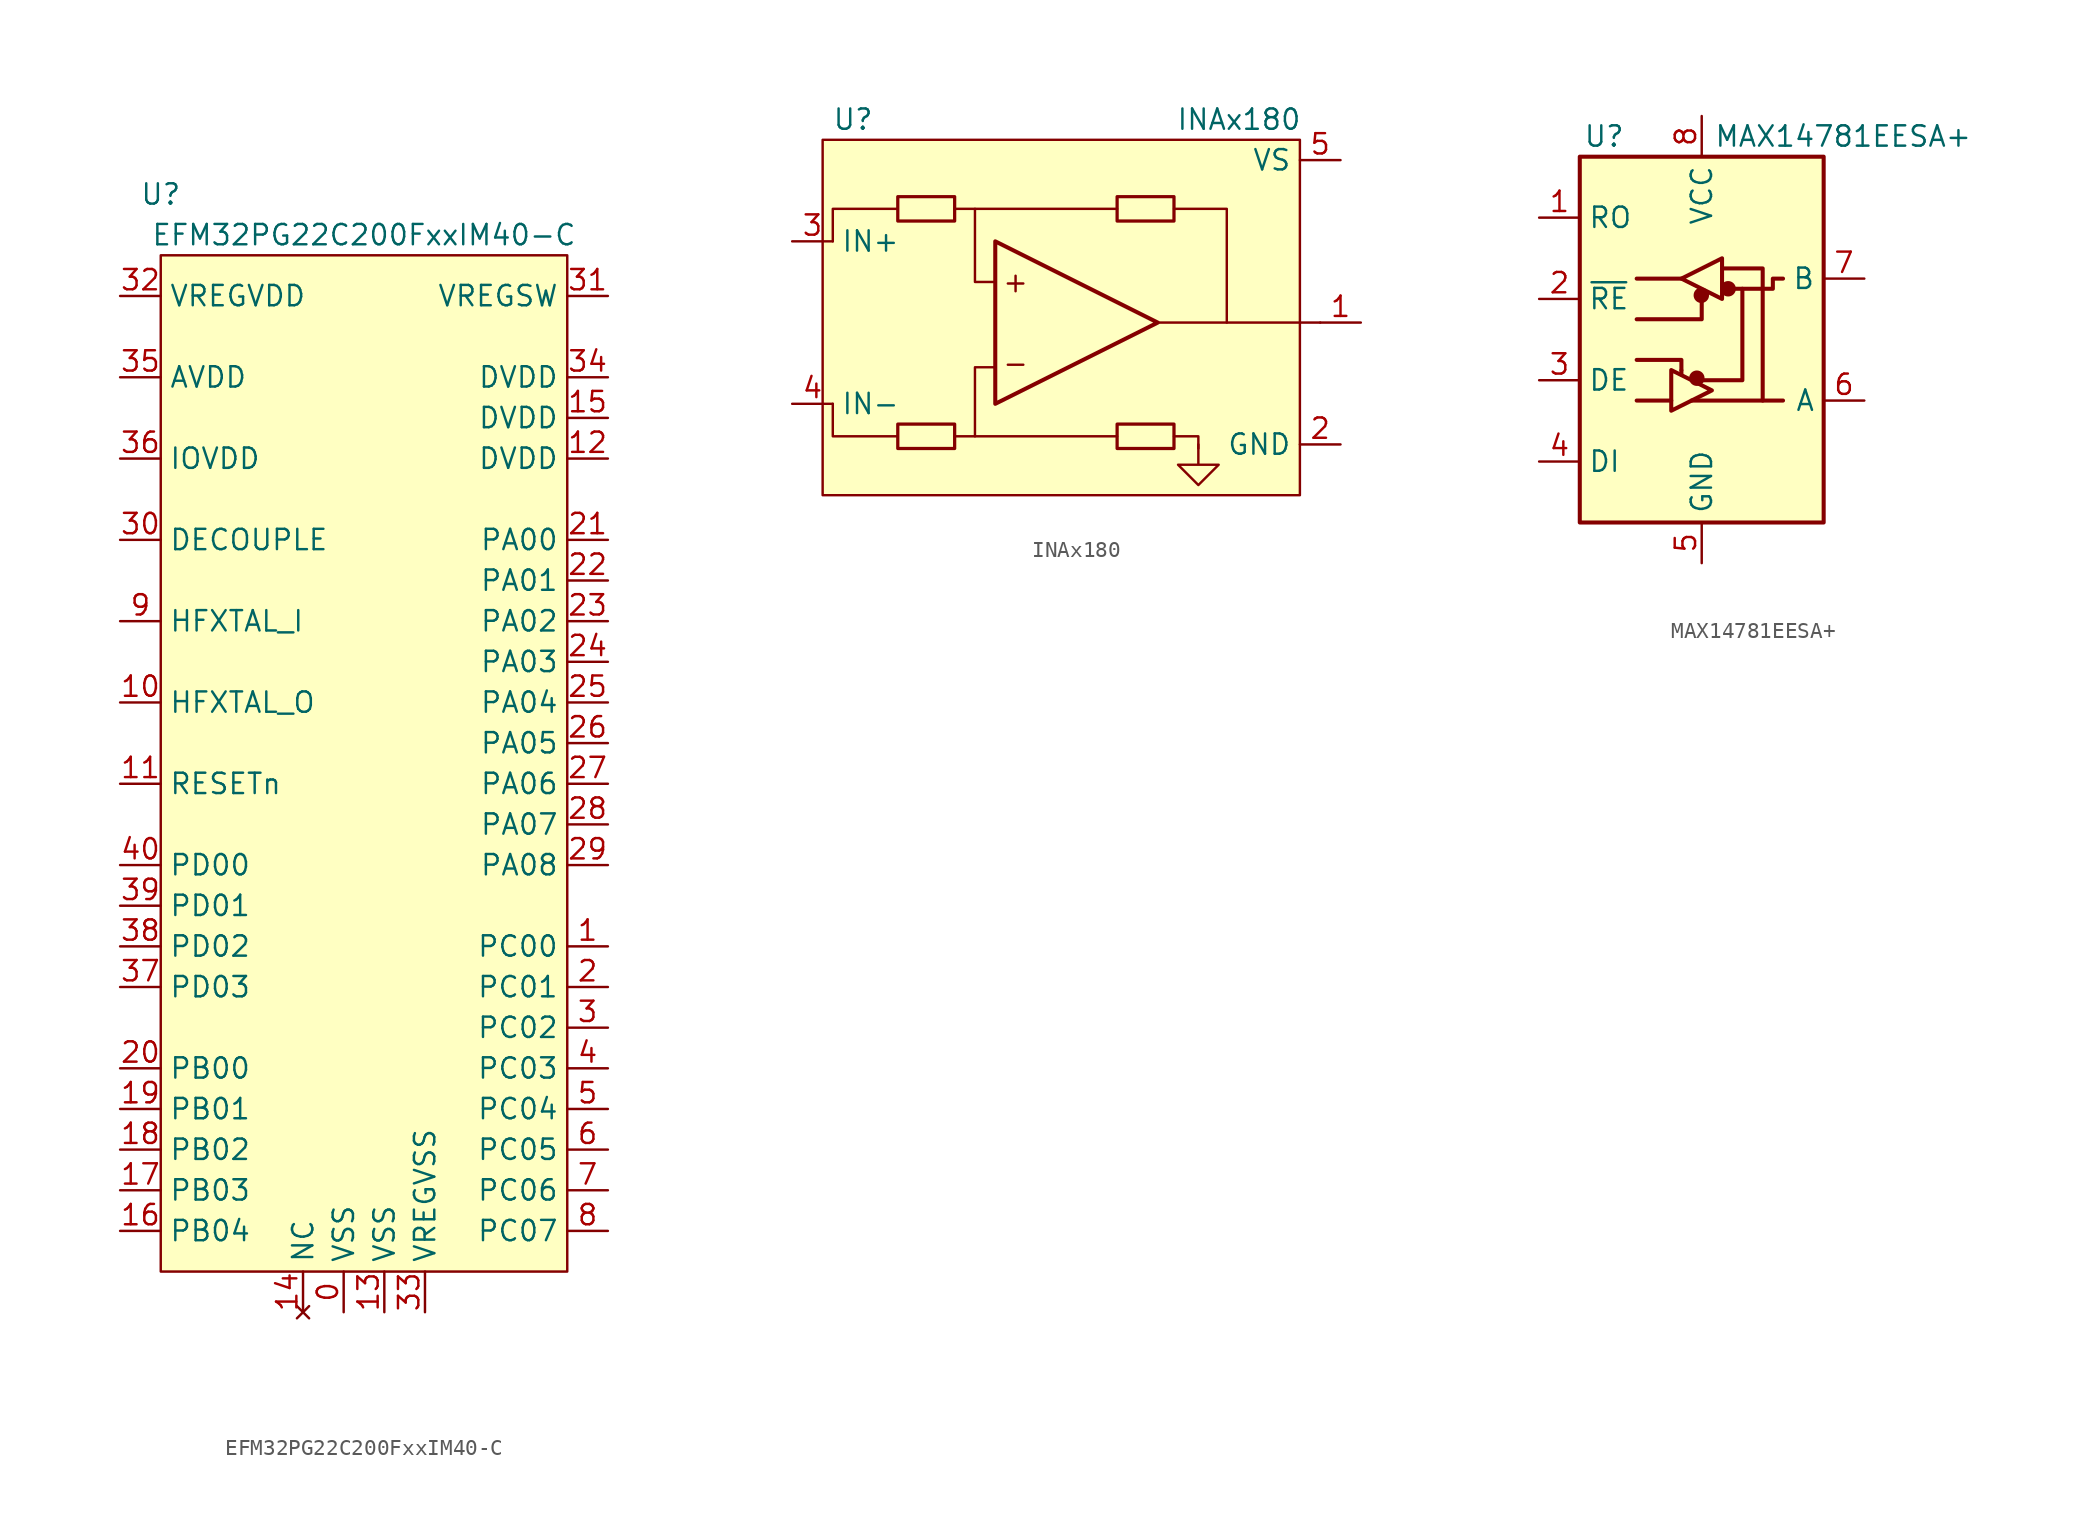
<source format=kicad_sym>
(kicad_symbol_lib
  (version 20211014)
  (generator kicad_symbol_editor)
  (symbol "EFM32PG22C200FxxIM40-C"
    (property "Reference" "U"
      (at -12.7 36.83 0)
      (effects (font (size 1.27 1.27))))
    (property "Value" "EFM32PG22C200FxxIM40-C"
      (at 0 34.29 0)
      (effects (font (size 1.27 1.27))))
    (property "MPN" ""
      (at 0 0 0)
      (effects (font (size 1.27 1.27))))
    (symbol "EFM32PG22C200FxxIM40-C_0_0"
      (pin power_in line (at -1.27 -33.02 90) (length 2.54) (name "VSS" (effects (font (size 1.27 1.27)))) (number "0" (effects (font (size 1.27 1.27)))))
      (pin bidirectional line (at 15.24 -10.16 180) (length 2.54) (name "PC00" (effects (font (size 1.27 1.27)))) (number "1" (effects (font (size 1.27 1.27)))))
      (pin output line (at -15.24 5.08 0) (length 2.54) (name "HFXTAL_O" (effects (font (size 1.27 1.27)))) (number "10" (effects (font (size 1.27 1.27)))))
      (pin input line (at -15.24 0 0) (length 2.54) (name "RESETn" (effects (font (size 1.27 1.27)))) (number "11" (effects (font (size 1.27 1.27)))))
      (pin power_in line (at 15.24 20.32 180) (length 2.54) (name "DVDD" (effects (font (size 1.27 1.27)))) (number "12" (effects (font (size 1.27 1.27)))))
      (pin power_in line (at 1.27 -33.02 90) (length 2.54) (name "VSS" (effects (font (size 1.27 1.27)))) (number "13" (effects (font (size 1.27 1.27)))))
      (pin no_connect line (at -3.81 -33.02 90) (length 2.54) (name "NC" (effects (font (size 1.27 1.27)))) (number "14" (effects (font (size 1.27 1.27)))))
      (pin power_in line (at 15.24 22.86 180) (length 2.54) (name "DVDD" (effects (font (size 1.27 1.27)))) (number "15" (effects (font (size 1.27 1.27)))))
      (pin bidirectional line (at -15.24 -27.94 0) (length 2.54) (name "PB04" (effects (font (size 1.27 1.27)))) (number "16" (effects (font (size 1.27 1.27)))))
      (pin bidirectional line (at -15.24 -25.4 0) (length 2.54) (name "PB03" (effects (font (size 1.27 1.27)))) (number "17" (effects (font (size 1.27 1.27)))))
      (pin bidirectional line (at -15.24 -22.86 0) (length 2.54) (name "PB02" (effects (font (size 1.27 1.27)))) (number "18" (effects (font (size 1.27 1.27)))))
      (pin bidirectional line (at -15.24 -20.32 0) (length 2.54) (name "PB01" (effects (font (size 1.27 1.27)))) (number "19" (effects (font (size 1.27 1.27)))))
      (pin bidirectional line (at 15.24 -12.7 180) (length 2.54) (name "PC01" (effects (font (size 1.27 1.27)))) (number "2" (effects (font (size 1.27 1.27)))))
      (pin bidirectional line (at -15.24 -17.78 0) (length 2.54) (name "PB00" (effects (font (size 1.27 1.27)))) (number "20" (effects (font (size 1.27 1.27)))))
      (pin bidirectional line (at 15.24 15.24 180) (length 2.54) (name "PA00" (effects (font (size 1.27 1.27)))) (number "21" (effects (font (size 1.27 1.27)))))
      (pin bidirectional line (at 15.24 12.7 180) (length 2.54) (name "PA01" (effects (font (size 1.27 1.27)))) (number "22" (effects (font (size 1.27 1.27)))))
      (pin bidirectional line (at 15.24 10.16 180) (length 2.54) (name "PA02" (effects (font (size 1.27 1.27)))) (number "23" (effects (font (size 1.27 1.27)))))
      (pin bidirectional line (at 15.24 7.62 180) (length 2.54) (name "PA03" (effects (font (size 1.27 1.27)))) (number "24" (effects (font (size 1.27 1.27)))))
      (pin bidirectional line (at 15.24 5.08 180) (length 2.54) (name "PA04" (effects (font (size 1.27 1.27)))) (number "25" (effects (font (size 1.27 1.27)))))
      (pin bidirectional line (at 15.24 2.54 180) (length 2.54) (name "PA05" (effects (font (size 1.27 1.27)))) (number "26" (effects (font (size 1.27 1.27)))))
      (pin bidirectional line (at 15.24 0 180) (length 2.54) (name "PA06" (effects (font (size 1.27 1.27)))) (number "27" (effects (font (size 1.27 1.27)))))
      (pin bidirectional line (at 15.24 -2.54 180) (length 2.54) (name "PA07" (effects (font (size 1.27 1.27)))) (number "28" (effects (font (size 1.27 1.27)))))
      (pin bidirectional line (at 15.24 -5.08 180) (length 2.54) (name "PA08" (effects (font (size 1.27 1.27)))) (number "29" (effects (font (size 1.27 1.27)))))
      (pin bidirectional line (at 15.24 -15.24 180) (length 2.54) (name "PC02" (effects (font (size 1.27 1.27)))) (number "3" (effects (font (size 1.27 1.27)))))
      (pin passive line (at -15.24 15.24 0) (length 2.54) (name "DECOUPLE" (effects (font (size 1.27 1.27)))) (number "30" (effects (font (size 1.27 1.27)))))
      (pin power_out line (at 15.24 30.48 180) (length 2.54) (name "VREGSW" (effects (font (size 1.27 1.27)))) (number "31" (effects (font (size 1.27 1.27)))))
      (pin power_in line (at -15.24 30.48 0) (length 2.54) (name "VREGVDD" (effects (font (size 1.27 1.27)))) (number "32" (effects (font (size 1.27 1.27)))))
      (pin power_in line (at 3.81 -33.02 90) (length 2.54) (name "VREGVSS" (effects (font (size 1.27 1.27)))) (number "33" (effects (font (size 1.27 1.27)))))
      (pin power_in line (at 15.24 25.4 180) (length 2.54) (name "DVDD" (effects (font (size 1.27 1.27)))) (number "34" (effects (font (size 1.27 1.27)))))
      (pin power_in line (at -15.24 25.4 0) (length 2.54) (name "AVDD" (effects (font (size 1.27 1.27)))) (number "35" (effects (font (size 1.27 1.27)))))
      (pin power_in line (at -15.24 20.32 0) (length 2.54) (name "IOVDD" (effects (font (size 1.27 1.27)))) (number "36" (effects (font (size 1.27 1.27)))))
      (pin bidirectional line (at -15.24 -12.7 0) (length 2.54) (name "PD03" (effects (font (size 1.27 1.27)))) (number "37" (effects (font (size 1.27 1.27)))))
      (pin bidirectional line (at -15.24 -10.16 0) (length 2.54) (name "PD02" (effects (font (size 1.27 1.27)))) (number "38" (effects (font (size 1.27 1.27)))))
      (pin bidirectional line (at -15.24 -7.62 0) (length 2.54) (name "PD01" (effects (font (size 1.27 1.27)))) (number "39" (effects (font (size 1.27 1.27)))))
      (pin bidirectional line (at 15.24 -17.78 180) (length 2.54) (name "PC03" (effects (font (size 1.27 1.27)))) (number "4" (effects (font (size 1.27 1.27)))))
      (pin bidirectional line (at -15.24 -5.08 0) (length 2.54) (name "PD00" (effects (font (size 1.27 1.27)))) (number "40" (effects (font (size 1.27 1.27)))))
      (pin bidirectional line (at 15.24 -20.32 180) (length 2.54) (name "PC04" (effects (font (size 1.27 1.27)))) (number "5" (effects (font (size 1.27 1.27)))))
      (pin bidirectional line (at 15.24 -22.86 180) (length 2.54) (name "PC05" (effects (font (size 1.27 1.27)))) (number "6" (effects (font (size 1.27 1.27)))))
      (pin bidirectional line (at 15.24 -25.4 180) (length 2.54) (name "PC06" (effects (font (size 1.27 1.27)))) (number "7" (effects (font (size 1.27 1.27)))))
      (pin bidirectional line (at 15.24 -27.94 180) (length 2.54) (name "PC07" (effects (font (size 1.27 1.27)))) (number "8" (effects (font (size 1.27 1.27)))))
      (pin input line (at -15.24 10.16 0) (length 2.54) (name "HFXTAL_I" (effects (font (size 1.27 1.27)))) (number "9" (effects (font (size 1.27 1.27))))))
    (symbol "EFM32PG22C200FxxIM40-C_0_1"
      (rectangle (start -12.7 33.02) (end 12.7 -30.48) (stroke (width 0) (type default) (color 0 0 0 0)) (fill (type background)))))
  (symbol "INAx180"
    (property "Reference" "U"
      (at -13.97 12.7 0)
      (effects (font (size 1.27 1.27))))
    (property "Value" "INAx180"
      (at 10.16 12.7 0)
      (effects (font (size 1.27 1.27))))
    (symbol "INAx180_0_0"
      (polyline (pts (xy -6.35 -7.112) (xy 2.54 -7.112)) (stroke (width 0) (type default) (color 0 0 0 0)) (fill (type none)))
      (polyline (pts (xy 2.54 7.112) (xy -7.62 7.112)) (stroke (width 0) (type default) (color 0 0 0 0)) (fill (type none)))
      (polyline (pts (xy 15.24 0) (xy 5.08 0)) (stroke (width 0) (type default) (color 0 0 0 0)) (fill (type none)))
      (polyline (pts (xy -11.176 -7.112) (xy -15.24 -7.112) (xy -15.24 -5.08)) (stroke (width 0) (type default) (color 0 0 0 0)) (fill (type none)))
      (polyline (pts (xy -11.176 7.112) (xy -15.24 7.112) (xy -15.24 5.08)) (stroke (width 0) (type default) (color 0 0 0 0)) (fill (type none)))
      (polyline (pts (xy -5.08 2.54) (xy -6.35 2.54) (xy -6.35 7.112)) (stroke (width 0) (type default) (color 0 0 0 0)) (fill (type none)))
      (polyline (pts (xy 6.096 -7.112) (xy 7.62 -7.112) (xy 7.62 -7.874)) (stroke (width 0) (type default) (color 0 0 0 0)) (fill (type none)))
      (polyline (pts (xy 6.096 7.112) (xy 9.398 7.112) (xy 9.398 0)) (stroke (width 0) (type default) (color 0 0 0 0)) (fill (type none)))
      (polyline (pts (xy -7.62 -7.112) (xy -6.35 -7.112) (xy -6.35 -2.794) (xy -5.08 -2.794)) (stroke (width 0) (type default) (color 0 0 0 0)) (fill (type none)))
      (rectangle (start 13.97 11.43) (end -15.875 -10.795) (stroke (width 0) (type default) (color 0 0 0 0)) (fill (type background)))
      (text "+" (at -3.81 2.54 0) (effects (font (size 1.27 1.27))))
      (text "-" (at -3.81 -2.54 0) (effects (font (size 1.27 1.27)))))
    (symbol "INAx180_0_1"
      (rectangle (start -11.176 -7.874) (end -7.62 -6.35) (stroke (width 0.203) (type default) (color 0 0 0 0)) (fill (type none)))
      (rectangle (start -11.176 6.35) (end -7.62 7.874) (stroke (width 0.203) (type default) (color 0 0 0 0)) (fill (type none)))
      (polyline (pts (xy 7.62 -7.62) (xy 7.62 -8.89) (xy 8.89 -8.89) (xy 7.62 -10.16) (xy 6.35 -8.89) (xy 7.62 -8.89)) (stroke (width 0) (type default) (color 0 0 0 0)) (fill (type none)))
      (rectangle (start 2.54 -7.874) (end 6.096 -6.35) (stroke (width 0.203) (type default) (color 0 0 0 0)) (fill (type none)))
      (rectangle (start 2.54 6.35) (end 6.096 7.874) (stroke (width 0.203) (type default) (color 0 0 0 0)) (fill (type none))))
    (symbol "INAx180_1_1"
      (polyline (pts (xy -5.08 5.08) (xy 5.08 0) (xy -5.08 -5.08) (xy -5.08 5.08)) (stroke (width 0.254) (type default) (color 0 0 0 0)) (fill (type background)))
      (pin output line (at 17.78 0 180) (length 2.54) (name "~" (effects (font (size 1.27 1.27)))) (number "1" (effects (font (size 1.27 1.27)))))
      (pin power_in line (at 16.51 -7.62 180) (length 2.54) (name "GND" (effects (font (size 1.27 1.27)))) (number "2" (effects (font (size 1.27 1.27)))))
      (pin input line (at -17.78 5.08 0) (length 2.54) (name "IN+" (effects (font (size 1.27 1.27)))) (number "3" (effects (font (size 1.27 1.27)))))
      (pin input line (at -17.78 -5.08 0) (length 2.54) (name "IN-" (effects (font (size 1.27 1.27)))) (number "4" (effects (font (size 1.27 1.27)))))
      (pin power_in line (at 16.51 10.16 180) (length 2.54) (name "VS" (effects (font (size 1.27 1.27)))) (number "5" (effects (font (size 1.27 1.27)))))))
  (symbol "MAX14781EESA+"
    (property "Reference" "U"
      (at -6.096 11.43 0)
      (effects (font (size 1.27 1.27))))
    (property "Value" "MAX14781EESA+"
      (at 0.762 11.43 0)
      (effects (font (size 1.27 1.27)) (justify left)))
    (symbol "MAX14781EESA+_0_1"
      (rectangle (start -7.62 10.16) (end 7.62 -12.7) (stroke (width 0.254) (type default) (color 0 0 0 0)) (fill (type background)))
      (circle (center -0.305 -3.683) (radius 0.356) (stroke (width 0.254) (type default) (color 0 0 0 0)) (fill (type outline)))
      (circle (center -0.025 1.499) (radius 0.356) (stroke (width 0.254) (type default) (color 0 0 0 0)) (fill (type outline)))
      (polyline (pts (xy -4.064 -5.08) (xy -1.905 -5.08)) (stroke (width 0.254) (type default) (color 0 0 0 0)) (fill (type none)))
      (polyline (pts (xy -4.064 2.54) (xy -1.27 2.54)) (stroke (width 0.254) (type default) (color 0 0 0 0)) (fill (type none)))
      (polyline (pts (xy -1.27 -3.2) (xy -1.27 -3.454)) (stroke (width 0.254) (type default) (color 0 0 0 0)) (fill (type none)))
      (polyline (pts (xy -0.635 -5.08) (xy 5.08 -5.08)) (stroke (width 0.254) (type default) (color 0 0 0 0)) (fill (type none)))
      (polyline (pts (xy -4.064 -2.54) (xy -1.27 -2.54) (xy -1.27 -3.175)) (stroke (width 0.254) (type default) (color 0 0 0 0)) (fill (type none)))
      (polyline (pts (xy 0 1.27) (xy 0 0) (xy -4.064 0)) (stroke (width 0.254) (type default) (color 0 0 0 0)) (fill (type none)))
      (polyline (pts (xy 1.27 3.175) (xy 3.81 3.175) (xy 3.81 -5.08)) (stroke (width 0.254) (type default) (color 0 0 0 0)) (fill (type none)))
      (polyline (pts (xy 2.54 1.905) (xy 2.54 -3.81) (xy 0 -3.81)) (stroke (width 0.254) (type default) (color 0 0 0 0)) (fill (type none)))
      (polyline (pts (xy -1.905 -3.175) (xy -1.905 -5.715) (xy 0.635 -4.445) (xy -1.905 -3.175)) (stroke (width 0.254) (type default) (color 0 0 0 0)) (fill (type none)))
      (polyline (pts (xy -1.27 2.54) (xy 1.27 3.81) (xy 1.27 1.27) (xy -1.27 2.54)) (stroke (width 0.254) (type default) (color 0 0 0 0)) (fill (type none)))
      (polyline (pts (xy 1.905 1.905) (xy 4.445 1.905) (xy 4.445 2.54) (xy 5.08 2.54)) (stroke (width 0.254) (type default) (color 0 0 0 0)) (fill (type none)))
      (rectangle (start 1.27 3.175) (end 1.27 3.175) (stroke (width 0) (type default) (color 0 0 0 0)) (fill (type none)))
      (circle (center 1.651 1.905) (radius 0.356) (stroke (width 0.254) (type default) (color 0 0 0 0)) (fill (type outline))))
    (symbol "MAX14781EESA+_1_1"
      (pin output line (at -10.16 6.35 0) (length 2.54) (name "RO" (effects (font (size 1.27 1.27)))) (number "1" (effects (font (size 1.27 1.27)))))
      (pin input line (at -10.16 1.27 0) (length 2.54) (name "~{RE}" (effects (font (size 1.27 1.27)))) (number "2" (effects (font (size 1.27 1.27)))))
      (pin input line (at -10.16 -3.81 0) (length 2.54) (name "DE" (effects (font (size 1.27 1.27)))) (number "3" (effects (font (size 1.27 1.27)))))
      (pin input line (at -10.16 -8.89 0) (length 2.54) (name "DI" (effects (font (size 1.27 1.27)))) (number "4" (effects (font (size 1.27 1.27)))))
      (pin power_in line (at 0 -15.24 90) (length 2.54) (name "GND" (effects (font (size 1.27 1.27)))) (number "5" (effects (font (size 1.27 1.27)))))
      (pin bidirectional line (at 10.16 -5.08 180) (length 2.54) (name "A" (effects (font (size 1.27 1.27)))) (number "6" (effects (font (size 1.27 1.27)))))
      (pin bidirectional line (at 10.16 2.54 180) (length 2.54) (name "B" (effects (font (size 1.27 1.27)))) (number "7" (effects (font (size 1.27 1.27)))))
      (pin power_in line (at 0 12.7 270) (length 2.54) (name "VCC" (effects (font (size 1.27 1.27)))) (number "8" (effects (font (size 1.27 1.27))))))))
</source>
